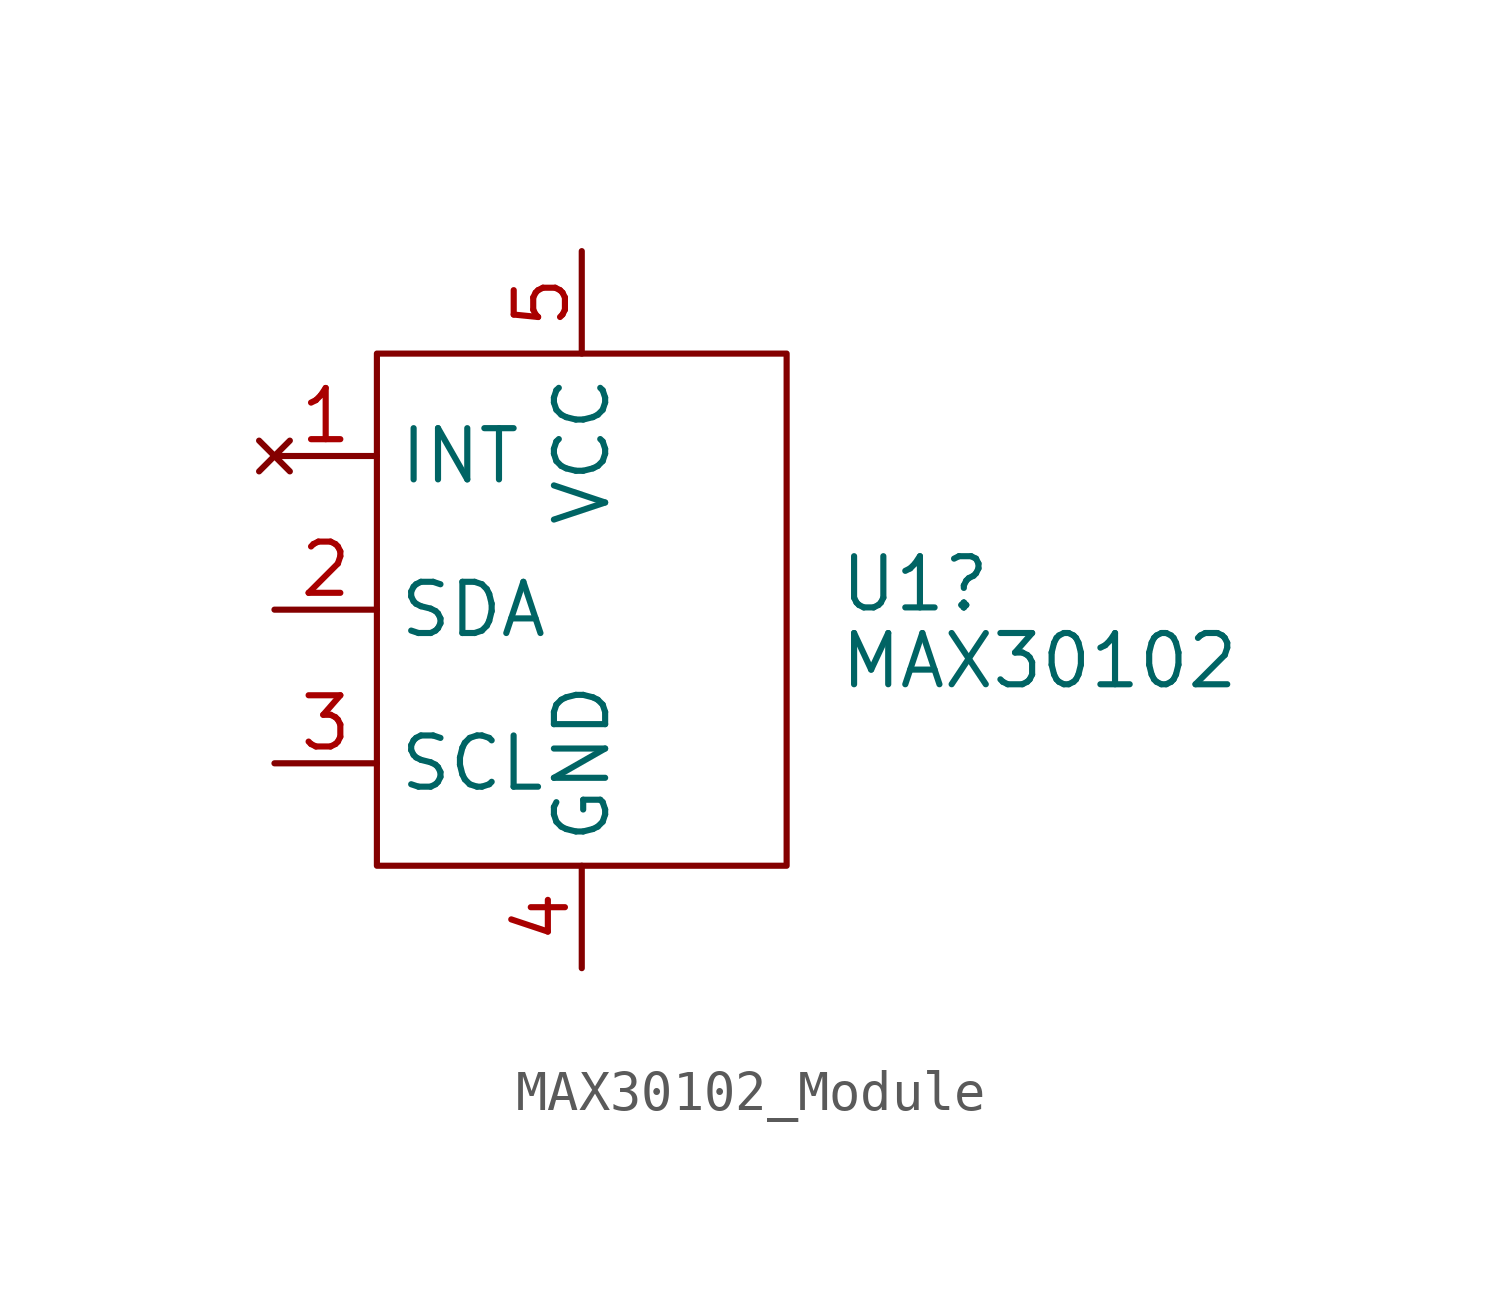
<source format=kicad_sym>
(kicad_symbol_lib
  (version 20231120)
  (generator "kicad_symbol_editor")
  (generator_version "8.0")
  (symbol "MAX30102_Module"
    (property "Reference" "U1"
      (at 6.35 0.635 0)
      (effects (font (size 1.27 1.27)) (justify left)))
    (property "Value" "MAX30102"
      (at 6.35 -1.27 0)
      (effects (font (size 1.27 1.27)) (justify left)))
    (symbol "MAX30102_Module_0_1"
      (rectangle (start -5.08 6.35) (end 5.08 -6.35) (stroke (width 0) (type default)) (fill (type none))))
    (symbol "MAX30102_Module_1_1"
      (pin no_connect line (at -7.62 3.81 0) (length 2.54) (name "INT" (effects (font (size 1.27 1.27)))) (number "1" (effects (font (size 1.27 1.27)))))
      (pin bidirectional line (at -7.62 0 0) (length 2.54) (name "SDA" (effects (font (size 1.27 1.27)))) (number "2" (effects (font (size 1.27 1.27)))))
      (pin input line (at -7.62 -3.81 0) (length 2.54) (name "SCL" (effects (font (size 1.27 1.27)))) (number "3" (effects (font (size 1.27 1.27)))))
      (pin power_in line (at 0 -8.89 90) (length 2.54) (name "GND" (effects (font (size 1.27 1.27)))) (number "4" (effects (font (size 1.27 1.27)))))
      (pin power_in line (at 0 8.89 270) (length 2.54) (name "VCC" (effects (font (size 1.27 1.27)))) (number "5" (effects (font (size 1.27 1.27))))))))
</source>
